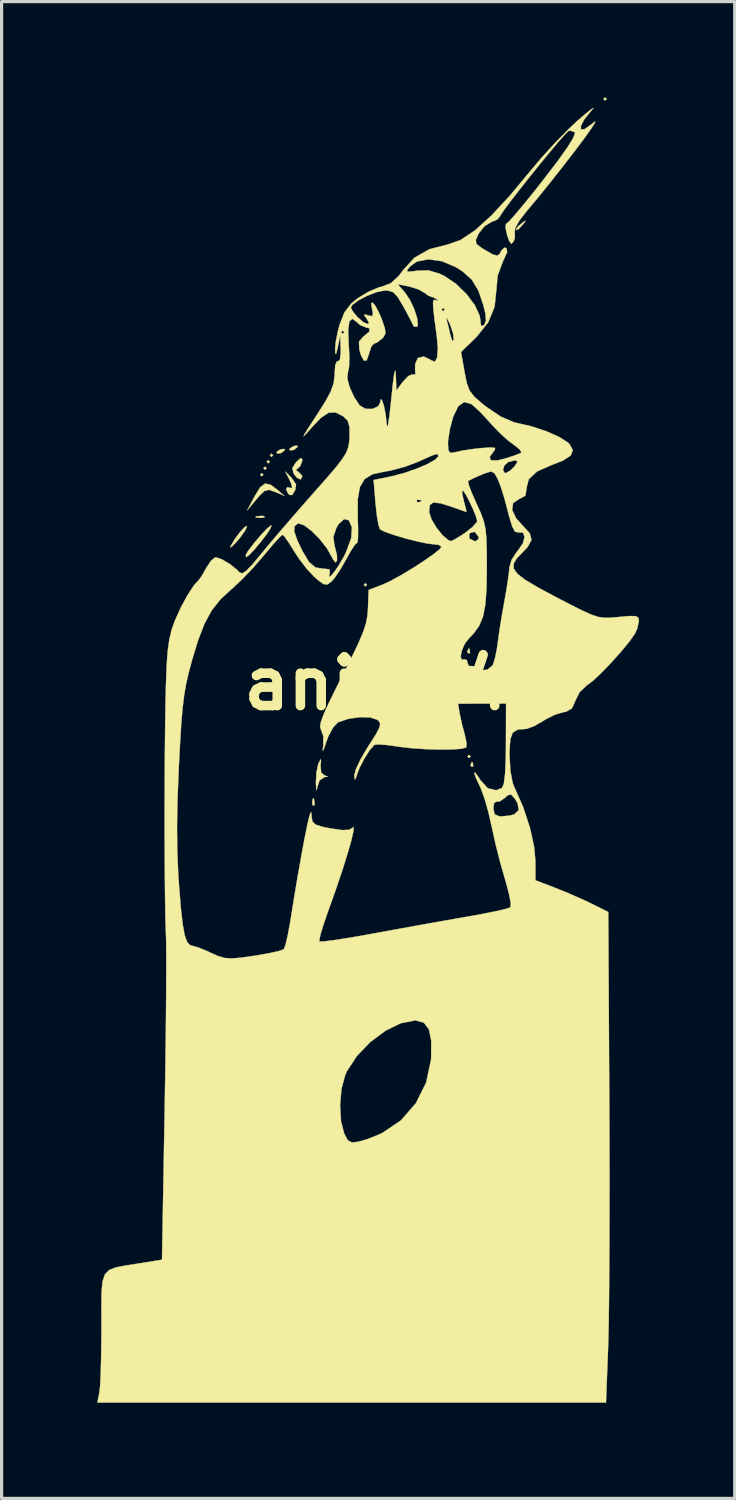
<source format=kicad_pcb>
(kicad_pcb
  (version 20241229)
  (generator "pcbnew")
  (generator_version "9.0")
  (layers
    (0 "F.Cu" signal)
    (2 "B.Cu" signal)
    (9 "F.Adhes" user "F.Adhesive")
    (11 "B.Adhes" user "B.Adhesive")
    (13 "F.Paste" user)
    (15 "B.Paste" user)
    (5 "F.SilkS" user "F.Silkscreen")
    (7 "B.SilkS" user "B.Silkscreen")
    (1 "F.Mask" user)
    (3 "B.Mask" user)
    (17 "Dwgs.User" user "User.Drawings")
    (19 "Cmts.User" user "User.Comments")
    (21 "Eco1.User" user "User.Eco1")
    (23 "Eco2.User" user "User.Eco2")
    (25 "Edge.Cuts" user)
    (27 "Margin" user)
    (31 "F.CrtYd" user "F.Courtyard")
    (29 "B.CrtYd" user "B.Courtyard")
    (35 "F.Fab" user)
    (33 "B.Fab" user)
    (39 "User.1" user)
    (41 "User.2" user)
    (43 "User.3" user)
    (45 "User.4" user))
  (footprint "anime4"
    (layer "F.Cu")
    (at 8.768 18.395)
    (property "Reference" "anime4" (at 0 0 0) (layer "F.SilkS") (effects (font (size 1.524 1.524) (thickness 0.3))))
    (attr through_hole)
    (fp_poly (pts (xy -3.556 -6.553) (xy -3.607 -6.502) (xy -3.658 -6.553) (xy -3.607 -6.604) (xy -3.556 -6.553)) (stroke (width 0.01) (type solid)) (fill yes) (layer "F.SilkS"))
    (fp_poly (pts (xy -3.454 -6.756) (xy -3.505 -6.706) (xy -3.556 -6.756) (xy -3.505 -6.807) (xy -3.454 -6.756)) (stroke (width 0.01) (type solid)) (fill yes) (layer "F.SilkS"))
    (fp_poly (pts (xy -3.353 -6.96) (xy -3.404 -6.909) (xy -3.454 -6.96) (xy -3.404 -7.01) (xy -3.353 -6.96)) (stroke (width 0.01) (type solid)) (fill yes) (layer "F.SilkS"))
    (fp_poly (pts (xy -3.251 -7.163) (xy -3.302 -7.112) (xy -3.353 -7.163) (xy -3.302 -7.214) (xy -3.251 -7.163)) (stroke (width 0.01) (type solid)) (fill yes) (layer "F.SilkS"))
    (fp_poly (pts (xy -0.305 -3.099) (xy -0.356 -3.048) (xy -0.406 -3.099) (xy -0.356 -3.15) (xy -0.305 -3.099)) (stroke (width 0.01) (type solid)) (fill yes) (layer "F.SilkS"))
    (fp_poly (pts (xy 2.946 2.286) (xy 2.896 2.337) (xy 2.845 2.286) (xy 2.896 2.235) (xy 2.946 2.286)) (stroke (width 0.01) (type solid)) (fill yes) (layer "F.SilkS"))
    (fp_poly (pts (xy 7.214 -18.339) (xy 7.163 -18.288) (xy 7.112 -18.339) (xy 7.163 -18.39) (xy 7.214 -18.339)) (stroke (width 0.01) (type solid)) (fill yes) (layer "F.SilkS"))
    (fp_poly (pts (xy -3.531 -5.249) (xy -3.518 -5.212) (xy -3.658 -5.198) (xy -3.802 -5.214) (xy -3.785 -5.249) (xy -3.577 -5.262) (xy -3.531 -5.249)) (stroke (width 0.01) (type solid)) (fill yes) (layer "F.SilkS"))
    (fp_poly (pts (xy -1.963 3.639) (xy -1.95 3.797) (xy -1.971 3.833) (xy -2.017 3.803) (xy -2.024 3.7) (xy -1.999 3.592) (xy -1.963 3.639)) (stroke (width 0.01) (type solid)) (fill yes) (layer "F.SilkS"))
    (fp_poly (pts (xy 2.913 -1.084) (xy 2.925 -0.963) (xy 2.913 -0.948) (xy 2.852 -0.962) (xy 2.845 -1.016) (xy 2.882 -1.1) (xy 2.913 -1.084)) (stroke (width 0.01) (type solid)) (fill yes) (layer "F.SilkS"))
    (fp_poly (pts (xy 3.014 2.472) (xy 3.026 2.593) (xy 3.014 2.608) (xy 2.954 2.594) (xy 2.946 2.54) (xy 2.984 2.456) (xy 3.014 2.472)) (stroke (width 0.01) (type solid)) (fill yes) (layer "F.SilkS"))
    (fp_poly (pts (xy -2.896 -7.314) (xy -3.005 -7.23) (xy -3.121 -7.216) (xy -3.15 -7.254) (xy -3.07 -7.319) (xy -2.992 -7.354) (xy -2.887 -7.361) (xy -2.896 -7.314)) (stroke (width 0.01) (type solid)) (fill yes) (layer "F.SilkS"))
    (fp_poly (pts (xy -2.49 -7.416) (xy -2.599 -7.331) (xy -2.715 -7.317) (xy -2.743 -7.355) (xy -2.664 -7.42) (xy -2.586 -7.456) (xy -2.481 -7.463) (xy -2.49 -7.416)) (stroke (width 0.01) (type solid)) (fill yes) (layer "F.SilkS"))
    (fp_poly (pts (xy 4.642 -14.475) (xy 4.585 -14.402) (xy 4.437 -14.244) (xy 4.37 -14.245) (xy 4.369 -14.262) (xy 4.438 -14.347) (xy 4.547 -14.44) (xy 4.667 -14.528) (xy 4.642 -14.475)) (stroke (width 0.01) (type solid)) (fill yes) (layer "F.SilkS"))
    (fp_poly (pts (xy -4.069 -4.928) (xy -4.131 -4.796) (xy -4.287 -4.579) (xy -4.378 -4.47) (xy -4.534 -4.305) (xy -4.598 -4.268) (xy -4.581 -4.318) (xy -4.449 -4.537) (xy -4.295 -4.746) (xy -4.157 -4.898) (xy -4.076 -4.946) (xy -4.069 -4.928)) (stroke (width 0.01) (type solid)) (fill yes) (layer "F.SilkS"))
    (fp_poly (pts (xy -3.317 -6.231) (xy -3.135 -6.094) (xy -2.896 -5.89) (xy -3.186 -6.014) (xy -3.376 -6.078) (xy -3.517 -6.047) (xy -3.679 -5.893) (xy -3.77 -5.787) (xy -4.064 -5.436) (xy -3.835 -5.867) (xy -3.656 -6.161) (xy -3.498 -6.277) (xy -3.317 -6.231)) (stroke (width 0.01) (type solid)) (fill yes) (layer "F.SilkS"))
    (fp_poly (pts (xy -3.301 -4.961) (xy -3.334 -4.866) (xy -3.463 -4.673) (xy -3.645 -4.435) (xy -3.84 -4.203) (xy -4.005 -4.03) (xy -4.095 -3.967) (xy -4.11 -4.031) (xy -4.044 -4.149) (xy -3.834 -4.424) (xy -3.617 -4.68) (xy -3.431 -4.874) (xy -3.317 -4.962) (xy -3.301 -4.961)) (stroke (width 0.01) (type solid)) (fill yes) (layer "F.SilkS"))
    (fp_poly (pts (xy -2.668 -6.452) (xy -2.53 -6.247) (xy -2.557 -6.071) (xy -2.652 -5.917) (xy -2.729 -5.918) (xy -2.777 -5.961) (xy -2.843 -6.086) (xy -2.809 -6.163) (xy -2.743 -6.147) (xy -2.651 -6.131) (xy -2.681 -6.274) (xy -2.756 -6.433) (xy -2.871 -6.655) (xy -2.668 -6.452)) (stroke (width 0.01) (type solid)) (fill yes) (layer "F.SilkS"))
    (fp_poly (pts (xy -2.34 -7.046) (xy -2.337 -6.986) (xy -2.407 -6.809) (xy -2.464 -6.765) (xy -2.539 -6.698) (xy -2.464 -6.646) (xy -2.347 -6.534) (xy -2.337 -6.494) (xy -2.388 -6.404) (xy -2.506 -6.46) (xy -2.601 -6.579) (xy -2.65 -6.754) (xy -2.538 -6.937) (xy -2.524 -6.952) (xy -2.388 -7.075) (xy -2.34 -7.046)) (stroke (width 0.01) (type solid)) (fill yes) (layer "F.SilkS"))
    (fp_poly (pts (xy -1.746 2.431) (xy -1.762 2.561) (xy -1.743 2.796) (xy -1.636 2.879) (xy -1.531 2.916) (xy -1.625 2.933) (xy -1.644 2.935) (xy -1.793 3.038) (xy -1.858 3.226) (xy -1.885 3.349) (xy -1.901 3.28) (xy -1.908 3.099) (xy -1.89 2.782) (xy -1.834 2.523) (xy -1.82 2.489) (xy -1.756 2.371) (xy -1.746 2.431)) (stroke (width 0.01) (type solid)) (fill yes) (layer "F.SilkS"))
    (fp_poly (pts (xy 6.731 -17.971) (xy 6.513 -17.703) (xy 6.406 -17.499) (xy 6.407 -17.387) (xy 6.517 -17.393) (xy 6.735 -17.545) (xy 6.742 -17.551) (xy 6.852 -17.637) (xy 6.849 -17.597) (xy 6.731 -17.413) (xy 6.704 -17.374) (xy 6.478 -17.059) (xy 6.16 -16.638) (xy 5.788 -16.158) (xy 5.4 -15.667) (xy 5.034 -15.216) (xy 4.729 -14.851) (xy 4.702 -14.82) (xy 4.477 -14.529) (xy 4.347 -14.295) (xy 4.33 -14.18) (xy 4.332 -13.971) (xy 4.294 -13.87) (xy 4.223 -13.797) (xy 4.156 -13.884) (xy 4.092 -14.067) (xy 4.041 -14.298) (xy 4.053 -14.421) (xy 4.067 -14.427) (xy 4.155 -14.503) (xy 4.344 -14.715) (xy 4.613 -15.036) (xy 4.939 -15.439) (xy 5.233 -15.812) (xy 5.676 -16.392) (xy 5.99 -16.833) (xy 6.172 -17.132) (xy 6.221 -17.284) (xy 6.214 -17.296) (xy 6.062 -17.351) (xy 6.013 -17.334) (xy 5.905 -17.229) (xy 5.704 -17.001) (xy 5.436 -16.682) (xy 5.127 -16.305) (xy 4.803 -15.903) (xy 4.49 -15.507) (xy 4.214 -15.152) (xy 4.002 -14.868) (xy 3.88 -14.69) (xy 3.861 -14.649) (xy 3.775 -14.554) (xy 3.609 -14.488) (xy 3.386 -14.355) (xy 3.202 -14.125) (xy 3.2 -14.121) (xy 3.108 -13.918) (xy 3.127 -13.794) (xy 3.285 -13.671) (xy 3.376 -13.615) (xy 3.638 -13.465) (xy 3.783 -13.425) (xy 3.864 -13.489) (xy 3.9 -13.57) (xy 4.002 -13.674) (xy 4.067 -13.664) (xy 4.093 -13.536) (xy 3.98 -13.288) (xy 3.966 -13.264) (xy 3.792 -12.795) (xy 3.759 -12.405) (xy 3.698 -11.821) (xy 3.496 -11.331) (xy 3.127 -10.87) (xy 3.061 -10.805) (xy 2.644 -10.405) (xy 2.757 -9.766) (xy 2.827 -9.42) (xy 2.917 -9.185) (xy 3.071 -8.989) (xy 3.333 -8.764) (xy 3.434 -8.685) (xy 3.902 -8.37) (xy 4.32 -8.193) (xy 4.412 -8.173) (xy 4.867 -8.068) (xy 5.325 -7.915) (xy 5.723 -7.738) (xy 6 -7.562) (xy 6.045 -7.518) (xy 6.152 -7.325) (xy 6.086 -7.154) (xy 5.837 -6.993) (xy 5.491 -6.859) (xy 5.032 -6.656) (xy 4.769 -6.412) (xy 4.695 -6.123) (xy 4.697 -6.094) (xy 4.664 -5.895) (xy 4.476 -5.793) (xy 4.47 -5.791) (xy 4.279 -5.666) (xy 4.248 -5.454) (xy 4.372 -5.187) (xy 4.575 -4.961) (xy 4.802 -4.713) (xy 4.855 -4.507) (xy 4.735 -4.285) (xy 4.572 -4.115) (xy 4.392 -3.926) (xy 4.295 -3.763) (xy 4.296 -3.609) (xy 4.412 -3.446) (xy 4.657 -3.256) (xy 5.047 -3.023) (xy 5.596 -2.728) (xy 5.944 -2.548) (xy 6.39 -2.32) (xy 6.708 -2.173) (xy 6.949 -2.092) (xy 7.163 -2.063) (xy 7.404 -2.072) (xy 7.595 -2.091) (xy 7.941 -2.121) (xy 8.132 -2.116) (xy 8.212 -2.064) (xy 8.226 -1.968) (xy 8.173 -1.728) (xy 8.099 -1.566) (xy 7.926 -1.318) (xy 7.663 -1) (xy 7.356 -0.657) (xy 7.045 -0.335) (xy 6.776 -0.083) (xy 6.595 0.053) (xy 6.366 0.265) (xy 6.236 0.528) (xy 6.125 0.776) (xy 5.942 0.882) (xy 5.858 0.896) (xy 5.592 0.975) (xy 5.284 1.13) (xy 5.212 1.176) (xy 4.944 1.33) (xy 4.717 1.416) (xy 4.668 1.422) (xy 4.418 1.444) (xy 4.268 1.537) (xy 4.192 1.739) (xy 4.167 2.091) (xy 4.166 2.251) (xy 4.193 2.738) (xy 4.267 3.121) (xy 4.319 3.254) (xy 4.591 3.865) (xy 4.805 4.514) (xy 4.94 5.129) (xy 4.978 5.561) (xy 4.978 6.17) (xy 5.563 6.392) (xy 6.007 6.572) (xy 6.484 6.783) (xy 6.706 6.888) (xy 7.264 7.163) (xy 7.296 13.106) (xy 7.301 14.252) (xy 7.303 15.387) (xy 7.302 16.487) (xy 7.299 17.527) (xy 7.294 18.481) (xy 7.287 19.322) (xy 7.278 20.027) (xy 7.267 20.569) (xy 7.26 20.803) (xy 7.192 22.555) (xy -8.763 22.555) (xy -8.7 22.238) (xy -8.678 22.031) (xy -8.66 21.663) (xy -8.646 21.175) (xy -8.638 20.61) (xy -8.636 20.204) (xy -8.638 19.555) (xy -8.632 19.08) (xy -8.6 18.749) (xy -8.526 18.53) (xy -8.39 18.394) (xy -8.177 18.312) (xy -7.869 18.253) (xy -7.457 18.189) (xy -6.736 18.072) (xy -6.652 13.328) (xy -6.65 13.223) (xy -1.15 13.223) (xy -1.12 13.727) (xy -1.025 14.102) (xy -0.912 14.323) (xy -0.779 14.396) (xy -0.57 14.371) (xy -0.277 14.284) (xy 0.07 14.145) (xy 0.173 14.097) (xy 0.762 13.7) (xy 1.229 13.161) (xy 1.55 12.515) (xy 1.703 11.797) (xy 1.707 11.738) (xy 1.71 11.204) (xy 1.636 10.844) (xy 1.477 10.637) (xy 1.226 10.567) (xy 1.203 10.566) (xy 0.755 10.654) (xy 0.271 10.891) (xy -0.201 11.244) (xy -0.617 11.675) (xy -0.929 12.149) (xy -0.987 12.274) (xy -1.105 12.708) (xy -1.15 13.223) (xy -6.65 13.223) (xy -6.636 12.337) (xy -6.622 11.386) (xy -6.612 10.497) (xy -6.605 9.697) (xy -6.602 9.007) (xy -6.602 8.453) (xy -6.606 8.059) (xy -6.612 7.874) (xy -6.625 7.532) (xy -6.636 7.02) (xy -6.644 6.369) (xy -6.65 5.613) (xy -6.653 4.783) (xy -6.653 4.475) (xy -6.265 4.475) (xy -6.257 5.259) (xy -6.224 6.014) (xy -6.197 6.401) (xy -6.142 7.066) (xy -6.086 7.554) (xy -6.025 7.889) (xy -5.952 8.097) (xy -5.861 8.203) (xy -5.753 8.233) (xy -5.597 8.277) (xy -5.341 8.382) (xy -5.232 8.433) (xy -4.986 8.544) (xy -4.776 8.606) (xy -4.545 8.622) (xy -4.235 8.595) (xy -3.788 8.53) (xy -3.728 8.52) (xy -3.359 8.454) (xy -3.071 8.388) (xy -2.921 8.336) (xy -2.916 8.332) (xy -2.865 8.205) (xy -2.798 7.927) (xy -2.726 7.547) (xy -2.695 7.356) (xy -2.591 6.706) (xy -2.479 6.039) (xy -2.366 5.404) (xy -2.262 4.849) (xy -2.175 4.422) (xy -2.14 4.267) (xy -2.083 4.058) (xy -2.054 4.035) (xy -2.042 4.174) (xy -2.017 4.326) (xy -1.922 4.421) (xy -1.711 4.491) (xy -1.448 4.543) (xy -1.077 4.596) (xy -0.862 4.586) (xy -0.781 4.535) (xy -0.724 4.5) (xy -0.731 4.634) (xy -0.795 4.914) (xy -0.91 5.319) (xy -1.069 5.826) (xy -1.266 6.413) (xy -1.495 7.058) (xy -1.526 7.142) (xy -1.662 7.535) (xy -1.759 7.853) (xy -1.803 8.049) (xy -1.799 8.09) (xy -1.686 8.09) (xy -1.408 8.057) (xy -0.999 7.995) (xy -0.492 7.91) (xy -0.085 7.836) (xy 0.602 7.71) (xy 1.343 7.576) (xy 2.062 7.447) (xy 2.682 7.338) (xy 2.845 7.31) (xy 3.332 7.222) (xy 3.746 7.138) (xy 4.046 7.068) (xy 4.19 7.02) (xy 4.195 7.017) (xy 4.203 6.892) (xy 4.156 6.625) (xy 4.063 6.266) (xy 4.025 6.138) (xy 3.877 5.622) (xy 3.727 5.031) (xy 3.607 4.488) (xy 3.603 4.47) (xy 3.5 4.02) (xy 3.467 3.906) (xy 3.658 3.906) (xy 3.698 4.103) (xy 3.856 4.164) (xy 3.903 4.166) (xy 4.167 4.14) (xy 4.31 4.104) (xy 4.455 3.969) (xy 4.418 3.749) (xy 4.33 3.607) (xy 4.212 3.476) (xy 4.104 3.506) (xy 4.017 3.588) (xy 3.851 3.7) (xy 3.751 3.703) (xy 3.683 3.744) (xy 3.658 3.906) (xy 3.467 3.906) (xy 3.379 3.598) (xy 3.264 3.282) (xy 3.24 3.23) (xy 3.104 2.942) (xy 3.055 2.791) (xy 3.091 2.792) (xy 3.211 2.96) (xy 3.25 3.023) (xy 3.484 3.283) (xy 3.742 3.346) (xy 3.93 3.274) (xy 3.988 3.139) (xy 4.027 2.819) (xy 4.049 2.306) (xy 4.053 1.91) (xy 4.057 0.624) (xy 3.303 0.627) (xy 2.549 0.629) (xy 2.605 0.95) (xy 2.677 1.288) (xy 2.763 1.607) (xy 2.816 1.849) (xy 2.81 1.996) (xy 2.805 2.004) (xy 2.663 2.044) (xy 2.369 2.066) (xy 1.976 2.069) (xy 1.533 2.056) (xy 1.092 2.026) (xy 0.704 1.981) (xy 0.638 1.971) (xy 0.297 1.924) (xy 0.037 1.907) (xy -0.075 1.922) (xy -0.217 2.083) (xy -0.388 2.351) (xy -0.541 2.647) (xy -0.614 2.836) (xy -0.672 3.007) (xy -0.695 2.991) (xy -0.702 2.873) (xy -0.653 2.684) (xy -0.513 2.386) (xy -0.311 2.038) (xy -0.26 1.958) (xy -0.04 1.614) (xy 0.078 1.395) (xy 0.108 1.263) (xy 0.063 1.174) (xy 0.019 1.135) (xy -0.201 1.061) (xy -0.532 1.053) (xy -0.893 1.105) (xy -1.206 1.212) (xy -1.221 1.22) (xy -1.367 1.375) (xy -1.515 1.649) (xy -1.574 1.806) (xy -1.659 2.053) (xy -1.694 2.112) (xy -1.685 1.99) (xy -1.678 1.941) (xy -1.675 1.649) (xy -1.747 1.449) (xy -1.777 1.361) (xy -1.754 1.211) (xy -1.669 0.972) (xy -1.51 0.62) (xy -1.269 0.129) (xy -1.082 -0.238) (xy -0.785 -0.828) (xy -0.773 -0.852) (xy 2.633 -0.852) (xy 2.663 -0.749) (xy 2.743 -0.762) (xy 2.829 -0.738) (xy 2.845 -0.66) (xy 2.89 -0.549) (xy 2.939 -0.554) (xy 3.07 -0.542) (xy 3.098 -0.51) (xy 3.257 -0.413) (xy 3.469 -0.438) (xy 3.634 -0.571) (xy 3.642 -0.584) (xy 3.708 -0.787) (xy 3.771 -1.101) (xy 3.794 -1.27) (xy 3.844 -1.626) (xy 3.917 -2.086) (xy 4 -2.556) (xy 4.006 -2.591) (xy 4.079 -3.007) (xy 4.134 -3.373) (xy 4.161 -3.622) (xy 4.162 -3.652) (xy 4.233 -3.889) (xy 4.402 -4.146) (xy 4.433 -4.179) (xy 4.585 -4.4) (xy 4.637 -4.603) (xy 4.589 -4.735) (xy 4.441 -4.746) (xy 4.428 -4.742) (xy 4.336 -4.769) (xy 4.246 -4.94) (xy 4.144 -5.28) (xy 4.11 -5.417) (xy 4.003 -5.821) (xy 3.889 -6.183) (xy 3.794 -6.424) (xy 3.793 -6.426) (xy 3.693 -6.602) (xy 3.587 -6.654) (xy 3.401 -6.6) (xy 3.279 -6.55) (xy 3.032 -6.441) (xy 2.879 -6.363) (xy 2.863 -6.352) (xy 2.883 -6.246) (xy 2.973 -6.007) (xy 3.114 -5.682) (xy 3.138 -5.632) (xy 3.268 -5.343) (xy 3.357 -5.1) (xy 3.412 -4.853) (xy 3.441 -4.55) (xy 3.452 -4.141) (xy 3.454 -3.636) (xy 3.444 -2.973) (xy 3.407 -2.474) (xy 3.333 -2.099) (xy 3.212 -1.809) (xy 3.035 -1.564) (xy 2.89 -1.417) (xy 2.759 -1.243) (xy 2.669 -1.036) (xy 2.633 -0.852) (xy -0.773 -0.852) (xy -0.571 -1.276) (xy -0.426 -1.618) (xy -0.338 -1.89) (xy -0.292 -2.129) (xy -0.275 -2.358) (xy -0.254 -2.938) (xy 0.183 -3.105) (xy 0.443 -3.226) (xy 0.776 -3.409) (xy 1.139 -3.628) (xy 1.489 -3.855) (xy 1.783 -4.061) (xy 1.977 -4.219) (xy 2.031 -4.293) (xy 1.945 -4.352) (xy 1.801 -4.369) (xy 1.577 -4.396) (xy 1.248 -4.467) (xy 0.875 -4.563) (xy 0.519 -4.669) (xy 0.241 -4.768) (xy 0.103 -4.84) (xy 0.055 -4.979) (xy 0.006 -5.261) (xy -0.011 -5.412) (xy 1.644 -5.412) (xy 1.646 -5.375) (xy 1.719 -5.151) (xy 1.877 -4.887) (xy 2.073 -4.647) (xy 2.257 -4.494) (xy 2.333 -4.47) (xy 2.445 -4.523) (xy 2.66 -4.655) (xy 2.71 -4.688) (xy 2.904 -4.688) (xy 2.906 -4.552) (xy 3.058 -4.474) (xy 3.113 -4.47) (xy 3.199 -4.542) (xy 3.186 -4.623) (xy 3.07 -4.763) (xy 2.935 -4.728) (xy 2.904 -4.688) (xy 2.71 -4.688) (xy 2.77 -4.728) (xy 2.999 -4.907) (xy 3.134 -5.059) (xy 3.15 -5.102) (xy 3.112 -5.25) (xy 3.017 -5.482) (xy 2.897 -5.737) (xy 2.781 -5.952) (xy 2.699 -6.066) (xy 2.683 -6.069) (xy 2.682 -5.957) (xy 2.731 -5.733) (xy 2.738 -5.708) (xy 2.796 -5.49) (xy 2.814 -5.388) (xy 2.812 -5.386) (xy 2.715 -5.418) (xy 2.493 -5.497) (xy 2.388 -5.534) (xy 2.007 -5.656) (xy 1.776 -5.681) (xy 1.666 -5.602) (xy 1.644 -5.412) (xy -0.011 -5.412) (xy -0.035 -5.628) (xy -0.038 -5.657) (xy -0.046 -5.757) (xy 1.253 -5.757) (xy 1.267 -5.697) (xy 1.321 -5.69) (xy 1.404 -5.727) (xy 1.389 -5.757) (xy 1.268 -5.769) (xy 1.253 -5.757) (xy -0.046 -5.757) (xy -0.097 -6.387) (xy 0.481 -6.507) (xy 0.861 -6.606) (xy 1.128 -6.699) (xy 3.961 -6.699) (xy 4.019 -6.608) (xy 4.048 -6.604) (xy 4.174 -6.672) (xy 4.318 -6.807) (xy 4.417 -6.961) (xy 4.346 -7.009) (xy 4.123 -6.949) (xy 4.002 -6.842) (xy 3.961 -6.699) (xy 1.128 -6.699) (xy 1.246 -6.739) (xy 1.585 -6.884) (xy 1.829 -7.021) (xy 1.93 -7.127) (xy 1.93 -7.132) (xy 1.92 -7.191) (xy 1.863 -7.2) (xy 1.717 -7.148) (xy 1.442 -7.025) (xy 1.311 -6.964) (xy 0.893 -6.806) (xy 0.436 -6.683) (xy 0.231 -6.647) (xy -0.134 -6.568) (xy -0.382 -6.416) (xy -0.53 -6.162) (xy -0.596 -5.773) (xy -0.596 -5.22) (xy -0.594 -5.177) (xy -0.584 -4.811) (xy -0.588 -4.545) (xy -0.606 -4.424) (xy -0.613 -4.421) (xy -0.684 -4.357) (xy -0.815 -4.157) (xy -0.951 -3.912) (xy -1.137 -3.588) (xy -1.318 -3.32) (xy -1.42 -3.203) (xy -1.546 -3.11) (xy -1.665 -3.119) (xy -1.841 -3.245) (xy -1.945 -3.336) (xy -2.196 -3.602) (xy -2.46 -3.95) (xy -2.591 -4.153) (xy -2.763 -4.429) (xy -2.897 -4.617) (xy -2.954 -4.672) (xy -3.04 -4.599) (xy -3.219 -4.404) (xy -3.458 -4.123) (xy -3.552 -4.009) (xy -3.873 -3.637) (xy -4.22 -3.274) (xy -4.521 -2.992) (xy -4.548 -2.97) (xy -4.897 -2.649) (xy -5.173 -2.303) (xy -5.401 -1.885) (xy -5.607 -1.351) (xy -5.791 -0.745) (xy -5.896 -0.354) (xy -5.978 0.002) (xy -6.041 0.366) (xy -6.091 0.776) (xy -6.133 1.273) (xy -6.171 1.898) (xy -6.207 2.585) (xy -6.248 3.602) (xy -6.265 4.475) (xy -6.653 4.475) (xy -6.653 3.913) (xy -6.651 3.035) (xy -6.646 2.181) (xy -6.638 1.383) (xy -6.628 0.675) (xy -6.614 0.089) (xy -6.613 0.054) (xy -6.59 -0.568) (xy -6.556 -1.034) (xy -6.505 -1.394) (xy -6.432 -1.694) (xy -6.342 -1.95) (xy -6.161 -2.357) (xy -5.951 -2.749) (xy -5.746 -3.067) (xy -5.582 -3.251) (xy -5.495 -3.368) (xy -5.368 -3.59) (xy -5.346 -3.632) (xy -5.202 -3.85) (xy -5.068 -3.959) (xy -5.049 -3.962) (xy -4.86 -3.901) (xy -4.608 -3.751) (xy -4.378 -3.566) (xy -4.308 -3.493) (xy -4.227 -3.458) (xy -4.1 -3.531) (xy -3.904 -3.733) (xy -3.648 -4.041) (xy -3.382 -4.363) (xy -3.031 -4.777) (xy -2.588 -4.777) (xy -2.497 -4.509) (xy -2.331 -4.159) (xy -2.126 -3.818) (xy -1.923 -3.644) (xy -1.68 -3.602) (xy -1.647 -3.604) (xy -1.478 -3.584) (xy -1.471 -3.474) (xy -1.499 -3.353) (xy -1.445 -3.372) (xy -1.335 -3.5) (xy -1.194 -3.705) (xy -1.047 -3.955) (xy -0.973 -4.1) (xy -0.8 -4.56) (xy -0.779 -4.9) (xy -0.779 -4.902) (xy -0.877 -5.126) (xy -1.023 -5.161) (xy -1.192 -5.008) (xy -1.265 -4.886) (xy -1.363 -4.598) (xy -1.319 -4.306) (xy -1.31 -4.278) (xy -1.248 -4.031) (xy -1.245 -3.859) (xy -1.29 -3.8) (xy -1.371 -3.893) (xy -1.403 -3.962) (xy -1.563 -4.245) (xy -1.791 -4.535) (xy -2.044 -4.791) (xy -2.28 -4.969) (xy -2.454 -5.026) (xy -2.473 -5.021) (xy -2.578 -4.937) (xy -2.588 -4.777) (xy -3.031 -4.777) (xy -3.02 -4.789) (xy -2.603 -5.273) (xy -2.17 -5.769) (xy -1.989 -5.973) (xy -1.577 -6.439) (xy -1.281 -6.785) (xy -1.082 -7.042) (xy -0.959 -7.24) (xy -0.893 -7.41) (xy -0.871 -7.539) (xy 2.235 -7.539) (xy 2.249 -7.309) (xy 2.318 -7.234) (xy 2.464 -7.261) (xy 2.694 -7.311) (xy 3.034 -7.362) (xy 3.251 -7.386) (xy 3.564 -7.409) (xy 3.707 -7.395) (xy 3.711 -7.34) (xy 3.683 -7.306) (xy 3.543 -7.11) (xy 3.58 -7.006) (xy 3.785 -7.002) (xy 4.023 -7.059) (xy 4.307 -7.151) (xy 4.498 -7.225) (xy 4.538 -7.247) (xy 4.498 -7.33) (xy 4.335 -7.467) (xy 4.311 -7.483) (xy 4.107 -7.637) (xy 3.885 -7.839) (xy 3.607 -8.126) (xy 3.258 -8.509) (xy 2.973 -8.768) (xy 2.745 -8.834) (xy 2.559 -8.704) (xy 2.402 -8.377) (xy 2.397 -8.364) (xy 2.298 -7.999) (xy 2.241 -7.646) (xy 2.235 -7.539) (xy -0.871 -7.539) (xy -0.863 -7.582) (xy -0.854 -7.725) (xy -0.854 -8.051) (xy -0.91 -8.246) (xy -1.043 -8.379) (xy -1.046 -8.382) (xy -1.288 -8.507) (xy -1.507 -8.498) (xy -1.746 -8.342) (xy -2.024 -8.052) (xy -2.204 -7.847) (xy -2.291 -7.76) (xy -2.281 -7.8) (xy -2.17 -7.982) (xy -1.951 -8.318) (xy -1.882 -8.423) (xy -1.611 -8.85) (xy -1.442 -9.165) (xy -1.353 -9.417) (xy -1.332 -9.578) (xy -0.923 -9.578) (xy -0.848 -9.294) (xy -0.704 -8.981) (xy -0.535 -8.727) (xy -0.353 -8.62) (xy -0.13 -8.617) (xy 0.051 -8.704) (xy 0.109 -8.826) (xy 0.132 -8.927) (xy 0.176 -8.87) (xy 0.229 -8.699) (xy 0.277 -8.456) (xy 0.309 -8.185) (xy 0.313 -8.128) (xy 0.33 -8.045) (xy 0.359 -8.144) (xy 0.399 -8.407) (xy 0.445 -8.814) (xy 0.457 -8.941) (xy 0.507 -9.413) (xy 0.547 -9.711) (xy 0.577 -9.826) (xy 0.595 -9.749) (xy 0.598 -9.703) (xy 0.616 -9.195) (xy 0.825 -9.475) (xy 0.989 -9.646) (xy 1.117 -9.701) (xy 1.129 -9.696) (xy 1.209 -9.695) (xy 1.21 -9.721) (xy 1.203 -9.881) (xy 1.207 -10.033) (xy 1.291 -10.214) (xy 1.473 -10.262) (xy 1.682 -10.163) (xy 1.704 -10.143) (xy 1.823 -10.098) (xy 1.896 -10.229) (xy 1.917 -10.51) (xy 1.884 -10.903) (xy 1.814 -11.412) (xy 1.808 -11.47) (xy 2.18 -11.47) (xy 2.19 -11.43) (xy 2.255 -11.179) (xy 2.314 -10.922) (xy 2.367 -10.756) (xy 2.409 -10.766) (xy 2.414 -10.783) (xy 2.396 -10.982) (xy 2.307 -11.251) (xy 2.29 -11.291) (xy 2.204 -11.458) (xy 2.18 -11.47) (xy 1.808 -11.47) (xy 1.777 -11.735) (xy 2.032 -11.735) (xy 2.083 -11.684) (xy 2.134 -11.735) (xy 2.083 -11.786) (xy 2.032 -11.735) (xy 1.777 -11.735) (xy 1.776 -11.749) (xy 1.766 -11.947) (xy 1.785 -12.033) (xy 1.832 -12.04) (xy 1.858 -12.027) (xy 1.924 -12.009) (xy 1.897 -12.049) (xy 1.771 -12.124) (xy 1.744 -12.123) (xy 1.623 -12.168) (xy 1.517 -12.249) (xy 1.309 -12.367) (xy 1.023 -12.457) (xy 1.009 -12.459) (xy 0.66 -12.526) (xy 0.876 -12.283) (xy 1.036 -12.048) (xy 1.174 -11.756) (xy 1.267 -11.471) (xy 1.291 -11.258) (xy 1.266 -11.195) (xy 1.169 -11.198) (xy 1.152 -11.227) (xy 1.084 -11.367) (xy 0.95 -11.62) (xy 0.832 -11.836) (xy 0.658 -12.128) (xy 0.517 -12.278) (xy 0.357 -12.329) (xy 0.23 -12.33) (xy -0.014 -12.279) (xy -0.304 -12.165) (xy -0.575 -12.021) (xy -0.764 -11.88) (xy -0.813 -11.796) (xy -0.75 -11.676) (xy -0.606 -11.5) (xy -0.429 -11.346) (xy -0.293 -11.28) (xy -0.24 -11.31) (xy -0.313 -11.443) (xy -0.318 -11.449) (xy -0.402 -11.571) (xy -0.334 -11.573) (xy -0.268 -11.549) (xy -0.138 -11.526) (xy -0.12 -11.628) (xy -0.145 -11.742) (xy -0.172 -11.928) (xy -0.128 -11.953) (xy -0.036 -11.84) (xy 0.084 -11.61) (xy 0.156 -11.434) (xy 0.255 -11.151) (xy 0.273 -10.985) (xy 0.212 -10.868) (xy 0.172 -10.825) (xy 0.005 -10.698) (xy -0.082 -10.668) (xy -0.165 -10.58) (xy -0.238 -10.365) (xy -0.243 -10.344) (xy -0.315 -10.14) (xy -0.405 -10.133) (xy -0.499 -10.315) (xy -0.547 -10.488) (xy -0.557 -10.728) (xy -0.423 -10.884) (xy -0.408 -10.894) (xy -0.235 -11.041) (xy -0.225 -11.145) (xy -0.343 -11.176) (xy -0.522 -11.248) (xy -0.609 -11.327) (xy -0.759 -11.444) (xy -0.856 -11.368) (xy -0.896 -11.102) (xy -0.879 -10.649) (xy -0.877 -10.629) (xy -0.858 -10.25) (xy -0.867 -9.941) (xy -0.903 -9.766) (xy -0.905 -9.763) (xy -0.923 -9.578) (xy -1.332 -9.578) (xy -1.322 -9.657) (xy -1.321 -9.724) (xy -1.301 -9.999) (xy -1.246 -10.114) (xy -1.219 -10.109) (xy -1.156 -10.156) (xy -1.13 -10.375) (xy -1.131 -10.484) (xy -1.144 -10.922) (xy -1.219 -10.566) (xy -1.269 -10.359) (xy -1.295 -10.341) (xy -1.307 -10.472) (xy -1.286 -10.719) (xy -1.225 -11.024) (xy -1.118 -11.024) (xy -1.067 -10.973) (xy -1.016 -11.024) (xy -1.067 -11.074) (xy -1.118 -11.024) (xy -1.225 -11.024) (xy -1.218 -11.061) (xy -1.164 -11.262) (xy -1.011 -11.65) (xy -0.792 -11.93) (xy -0.593 -12.091) (xy -0.271 -12.286) (xy 0.056 -12.426) (xy 0.168 -12.456) (xy 0.45 -12.564) (xy 0.701 -12.802) (xy 0.812 -12.952) (xy 0.828 -12.971) (xy 0.953 -12.971) (xy 0.969 -12.922) (xy 1.141 -12.935) (xy 1.276 -12.955) (xy 1.621 -12.964) (xy 1.968 -12.861) (xy 2.132 -12.782) (xy 2.489 -12.54) (xy 2.82 -12.217) (xy 3.082 -11.864) (xy 3.232 -11.535) (xy 3.251 -11.402) (xy 3.272 -11.227) (xy 3.344 -11.23) (xy 3.368 -11.252) (xy 3.427 -11.386) (xy 3.406 -11.624) (xy 3.35 -11.856) (xy 3.188 -12.332) (xy 2.984 -12.67) (xy 2.691 -12.932) (xy 2.491 -13.06) (xy 2.049 -13.25) (xy 1.621 -13.31) (xy 1.259 -13.24) (xy 1.063 -13.102) (xy 0.953 -12.971) (xy 0.828 -12.971) (xy 1.182 -13.359) (xy 1.655 -13.628) (xy 2.242 -13.779) (xy 2.629 -13.916) (xy 3.08 -14.216) (xy 3.601 -14.687) (xy 4.197 -15.331) (xy 4.754 -16.002) (xy 5.149 -16.473) (xy 5.592 -16.96) (xy 6.021 -17.399) (xy 6.313 -17.671) (xy 6.587 -17.905) (xy 6.754 -18.036) (xy 6.798 -18.052) (xy 6.731 -17.971)) (stroke (width 0.01) (type solid)) (fill yes) (layer "F.SilkS")))
  (gr_rect
    (start -3 -3)
    (end 19.999 43.955)
    (stroke (width 0.1) (type default))
    (fill no)
    (layer "Edge.Cuts")))
</source>
